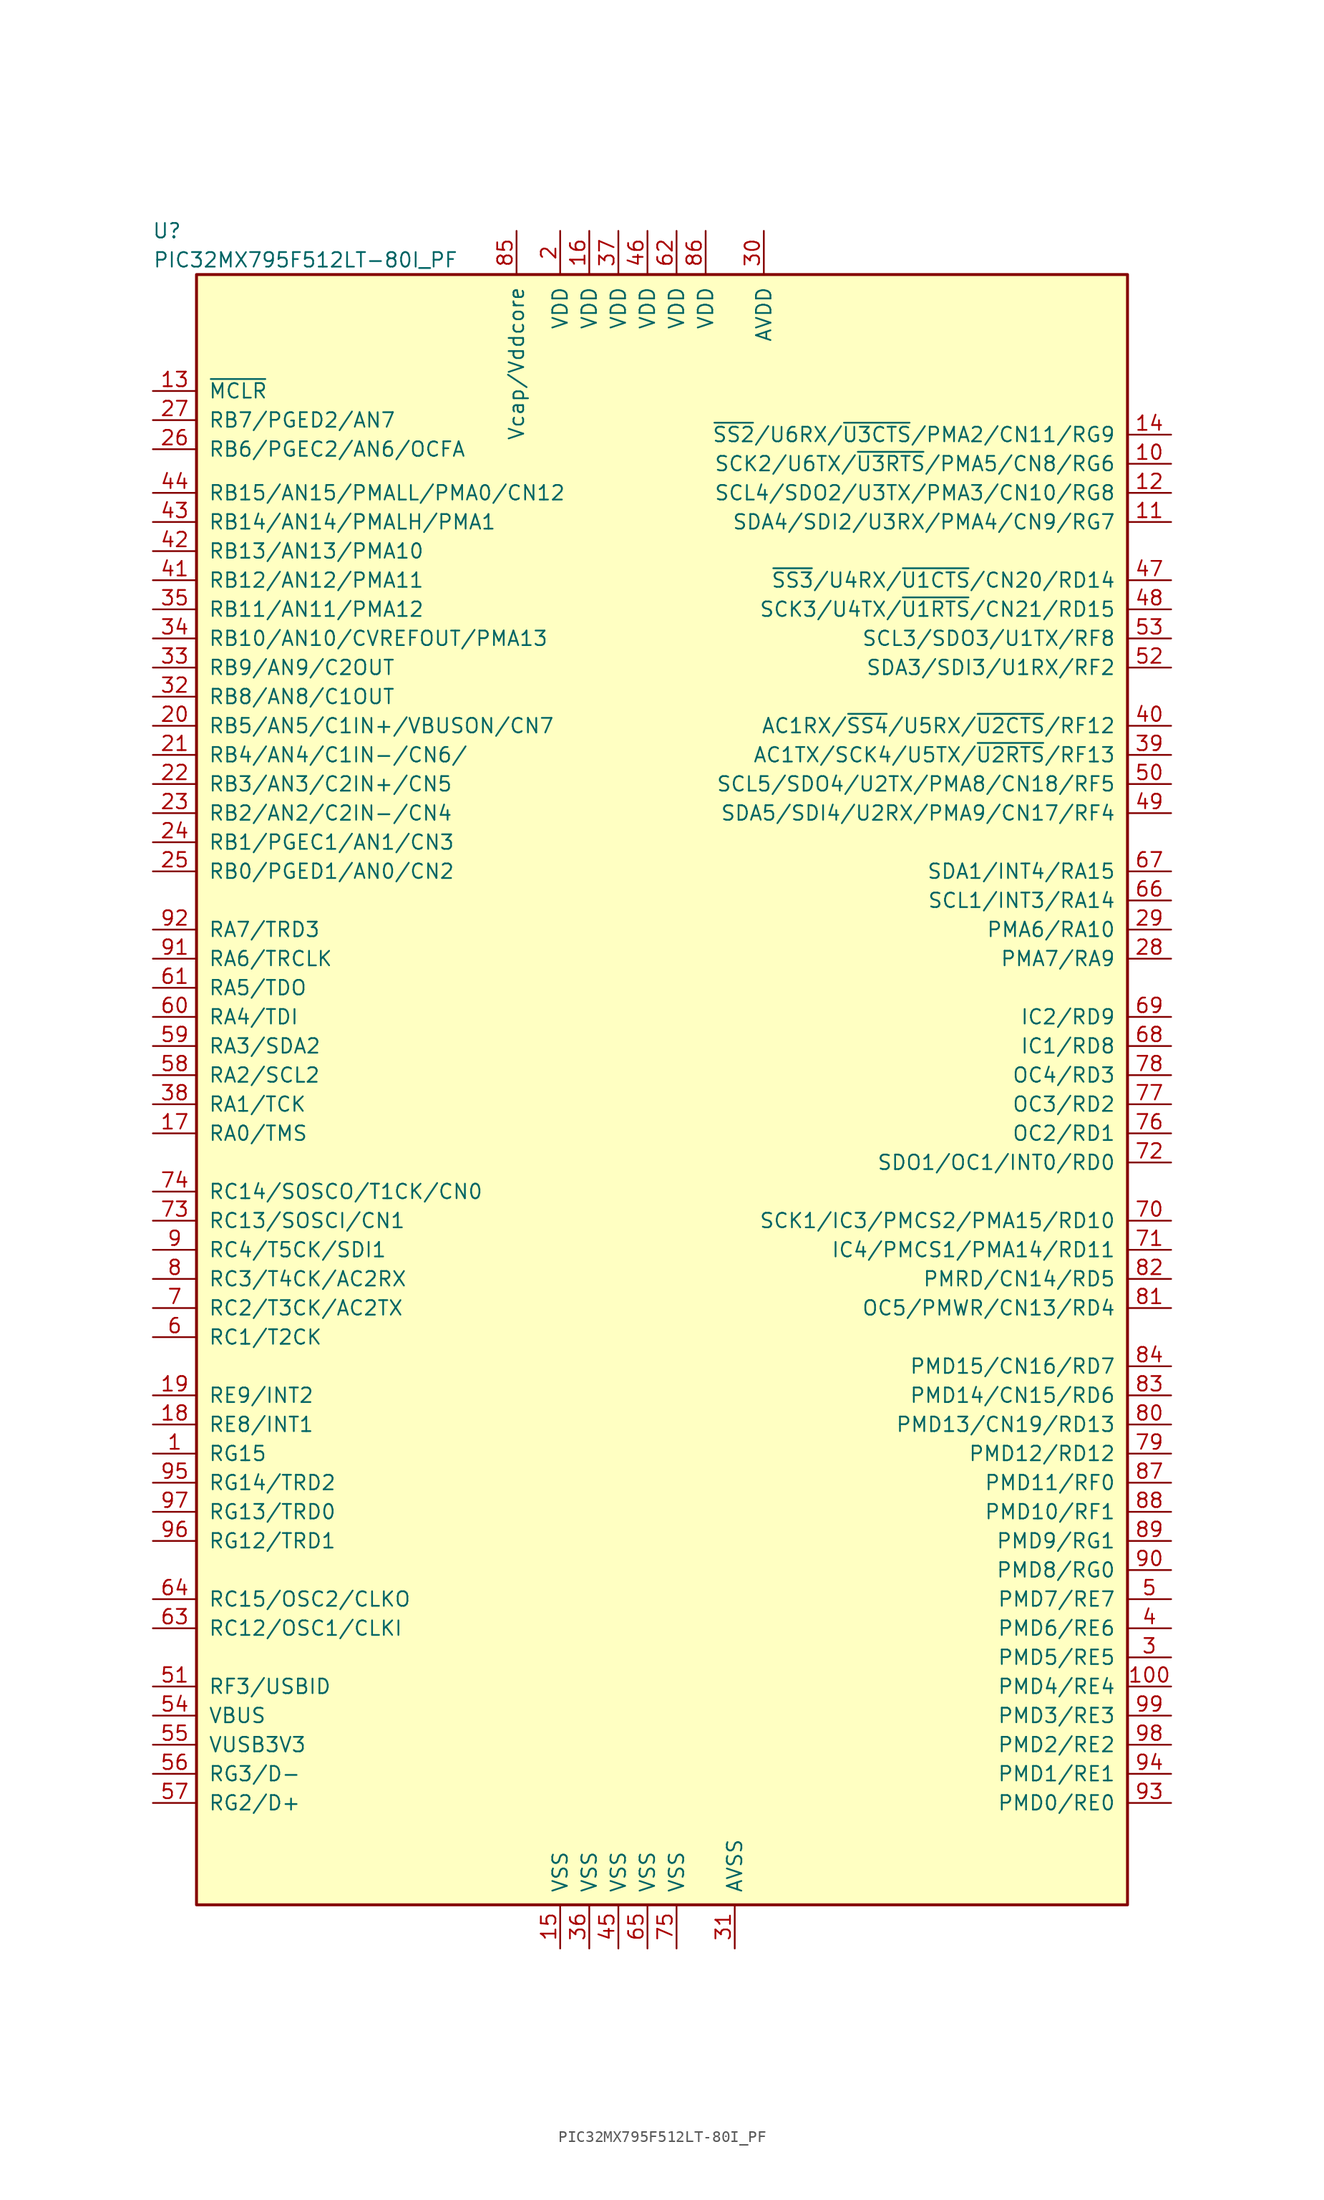
<source format=kicad_sym>
(kicad_symbol_lib
  (version 20211014)
  (generator kicad_symbol_editor)
  (symbol "PIC32MX795F512LT-80I_PF"
    (pin_names
      (offset 1.016))
    (property "Reference" "U"
      (at -40.64 63.5 0)
      (effects (font (size 1.27 1.27)) (justify right)))
    (property "Value" "PIC32MX795F512LT-80I_PF"
      (at -16.51 60.96 0)
      (effects (font (size 1.27 1.27)) (justify right)))
    (symbol "PIC32MX795F512LT-80I_PF_0_1"
      (rectangle (start -39.37 59.69) (end 41.91 -82.55) (stroke (width 0.254) (type default) (color 0 0 0 0)) (fill (type background))))
    (symbol "PIC32MX795F512LT-80I_PF_1_1"
      (pin bidirectional line (at -43.18 -43.18 0) (length 3.81) (name "RG15" (effects (font (size 1.27 1.27)))) (number "1" (effects (font (size 1.27 1.27)))))
      (pin bidirectional line (at 45.72 43.18 180) (length 3.81) (name "SCK2/U6TX/~{U3RTS}/PMA5/CN8/RG6" (effects (font (size 1.27 1.27)))) (number "10" (effects (font (size 1.27 1.27)))))
      (pin bidirectional line (at 45.72 -63.5 180) (length 3.81) (name "PMD4/RE4" (effects (font (size 1.27 1.27)))) (number "100" (effects (font (size 1.27 1.27)))))
      (pin bidirectional line (at 45.72 38.1 180) (length 3.81) (name "SDA4/SDI2/U3RX/PMA4/CN9/RG7" (effects (font (size 1.27 1.27)))) (number "11" (effects (font (size 1.27 1.27)))))
      (pin bidirectional line (at 45.72 40.64 180) (length 3.81) (name "SCL4/SDO2/U3TX/PMA3/CN10/RG8" (effects (font (size 1.27 1.27)))) (number "12" (effects (font (size 1.27 1.27)))))
      (pin input line (at -43.18 49.53 0) (length 3.81) (name "~{MCLR}" (effects (font (size 1.27 1.27)))) (number "13" (effects (font (size 1.27 1.27)))))
      (pin bidirectional line (at 45.72 45.72 180) (length 3.81) (name "~{SS2}/U6RX/~{U3CTS}/PMA2/CN11/RG9" (effects (font (size 1.27 1.27)))) (number "14" (effects (font (size 1.27 1.27)))))
      (pin power_in line (at -7.62 -86.36 90) (length 3.81) (name "VSS" (effects (font (size 1.27 1.27)))) (number "15" (effects (font (size 1.27 1.27)))))
      (pin power_in line (at -5.08 63.5 270) (length 3.81) (name "VDD" (effects (font (size 1.27 1.27)))) (number "16" (effects (font (size 1.27 1.27)))))
      (pin bidirectional line (at -43.18 -15.24 0) (length 3.81) (name "RA0/TMS" (effects (font (size 1.27 1.27)))) (number "17" (effects (font (size 1.27 1.27)))))
      (pin bidirectional line (at -43.18 -40.64 0) (length 3.81) (name "RE8/INT1" (effects (font (size 1.27 1.27)))) (number "18" (effects (font (size 1.27 1.27)))))
      (pin bidirectional line (at -43.18 -38.1 0) (length 3.81) (name "RE9/INT2" (effects (font (size 1.27 1.27)))) (number "19" (effects (font (size 1.27 1.27)))))
      (pin power_in line (at -7.62 63.5 270) (length 3.81) (name "VDD" (effects (font (size 1.27 1.27)))) (number "2" (effects (font (size 1.27 1.27)))))
      (pin bidirectional line (at -43.18 20.32 0) (length 3.81) (name "RB5/AN5/C1IN+/VBUSON/CN7" (effects (font (size 1.27 1.27)))) (number "20" (effects (font (size 1.27 1.27)))))
      (pin bidirectional line (at -43.18 17.78 0) (length 3.81) (name "RB4/AN4/C1IN-/CN6/" (effects (font (size 1.27 1.27)))) (number "21" (effects (font (size 1.27 1.27)))))
      (pin bidirectional line (at -43.18 15.24 0) (length 3.81) (name "RB3/AN3/C2IN+/CN5" (effects (font (size 1.27 1.27)))) (number "22" (effects (font (size 1.27 1.27)))))
      (pin bidirectional line (at -43.18 12.7 0) (length 3.81) (name "RB2/AN2/C2IN-/CN4" (effects (font (size 1.27 1.27)))) (number "23" (effects (font (size 1.27 1.27)))))
      (pin bidirectional line (at -43.18 10.16 0) (length 3.81) (name "RB1/PGEC1/AN1/CN3" (effects (font (size 1.27 1.27)))) (number "24" (effects (font (size 1.27 1.27)))))
      (pin bidirectional line (at -43.18 7.62 0) (length 3.81) (name "RB0/PGED1/AN0/CN2" (effects (font (size 1.27 1.27)))) (number "25" (effects (font (size 1.27 1.27)))))
      (pin bidirectional line (at -43.18 44.45 0) (length 3.81) (name "RB6/PGEC2/AN6/OCFA" (effects (font (size 1.27 1.27)))) (number "26" (effects (font (size 1.27 1.27)))))
      (pin bidirectional line (at -43.18 46.99 0) (length 3.81) (name "RB7/PGED2/AN7" (effects (font (size 1.27 1.27)))) (number "27" (effects (font (size 1.27 1.27)))))
      (pin bidirectional line (at 45.72 0 180) (length 3.81) (name "PMA7/RA9" (effects (font (size 1.27 1.27)))) (number "28" (effects (font (size 1.27 1.27)))))
      (pin bidirectional line (at 45.72 2.54 180) (length 3.81) (name "PMA6/RA10" (effects (font (size 1.27 1.27)))) (number "29" (effects (font (size 1.27 1.27)))))
      (pin bidirectional line (at 45.72 -60.96 180) (length 3.81) (name "PMD5/RE5" (effects (font (size 1.27 1.27)))) (number "3" (effects (font (size 1.27 1.27)))))
      (pin power_in line (at 10.16 63.5 270) (length 3.81) (name "AVDD" (effects (font (size 1.27 1.27)))) (number "30" (effects (font (size 1.27 1.27)))))
      (pin power_in line (at 7.62 -86.36 90) (length 3.81) (name "AVSS" (effects (font (size 1.27 1.27)))) (number "31" (effects (font (size 1.27 1.27)))))
      (pin bidirectional line (at -43.18 22.86 0) (length 3.81) (name "RB8/AN8/C1OUT" (effects (font (size 1.27 1.27)))) (number "32" (effects (font (size 1.27 1.27)))))
      (pin bidirectional line (at -43.18 25.4 0) (length 3.81) (name "RB9/AN9/C2OUT" (effects (font (size 1.27 1.27)))) (number "33" (effects (font (size 1.27 1.27)))))
      (pin bidirectional line (at -43.18 27.94 0) (length 3.81) (name "RB10/AN10/CVREFOUT/PMA13" (effects (font (size 1.27 1.27)))) (number "34" (effects (font (size 1.27 1.27)))))
      (pin bidirectional line (at -43.18 30.48 0) (length 3.81) (name "RB11/AN11/PMA12" (effects (font (size 1.27 1.27)))) (number "35" (effects (font (size 1.27 1.27)))))
      (pin power_in line (at -5.08 -86.36 90) (length 3.81) (name "VSS" (effects (font (size 1.27 1.27)))) (number "36" (effects (font (size 1.27 1.27)))))
      (pin power_in line (at -2.54 63.5 270) (length 3.81) (name "VDD" (effects (font (size 1.27 1.27)))) (number "37" (effects (font (size 1.27 1.27)))))
      (pin bidirectional line (at -43.18 -12.7 0) (length 3.81) (name "RA1/TCK" (effects (font (size 1.27 1.27)))) (number "38" (effects (font (size 1.27 1.27)))))
      (pin bidirectional line (at 45.72 17.78 180) (length 3.81) (name "AC1TX/SCK4/U5TX/~{U2RTS}/RF13" (effects (font (size 1.27 1.27)))) (number "39" (effects (font (size 1.27 1.27)))))
      (pin bidirectional line (at 45.72 -58.42 180) (length 3.81) (name "PMD6/RE6" (effects (font (size 1.27 1.27)))) (number "4" (effects (font (size 1.27 1.27)))))
      (pin bidirectional line (at 45.72 20.32 180) (length 3.81) (name "AC1RX/~{SS4}/U5RX/~{U2CTS}/RF12" (effects (font (size 1.27 1.27)))) (number "40" (effects (font (size 1.27 1.27)))))
      (pin bidirectional line (at -43.18 33.02 0) (length 3.81) (name "RB12/AN12/PMA11" (effects (font (size 1.27 1.27)))) (number "41" (effects (font (size 1.27 1.27)))))
      (pin bidirectional line (at -43.18 35.56 0) (length 3.81) (name "RB13/AN13/PMA10" (effects (font (size 1.27 1.27)))) (number "42" (effects (font (size 1.27 1.27)))))
      (pin bidirectional line (at -43.18 38.1 0) (length 3.81) (name "RB14/AN14/PMALH/PMA1" (effects (font (size 1.27 1.27)))) (number "43" (effects (font (size 1.27 1.27)))))
      (pin bidirectional line (at -43.18 40.64 0) (length 3.81) (name "RB15/AN15/PMALL/PMA0/CN12" (effects (font (size 1.27 1.27)))) (number "44" (effects (font (size 1.27 1.27)))))
      (pin power_in line (at -2.54 -86.36 90) (length 3.81) (name "VSS" (effects (font (size 1.27 1.27)))) (number "45" (effects (font (size 1.27 1.27)))))
      (pin power_in line (at 0 63.5 270) (length 3.81) (name "VDD" (effects (font (size 1.27 1.27)))) (number "46" (effects (font (size 1.27 1.27)))))
      (pin bidirectional line (at 45.72 33.02 180) (length 3.81) (name "~{SS3}/U4RX/~{U1CTS}/CN20/RD14" (effects (font (size 1.27 1.27)))) (number "47" (effects (font (size 1.27 1.27)))))
      (pin bidirectional line (at 45.72 30.48 180) (length 3.81) (name "SCK3/U4TX/~{U1RTS}/CN21/RD15" (effects (font (size 1.27 1.27)))) (number "48" (effects (font (size 1.27 1.27)))))
      (pin bidirectional line (at 45.72 12.7 180) (length 3.81) (name "SDA5/SDI4/U2RX/PMA9/CN17/RF4" (effects (font (size 1.27 1.27)))) (number "49" (effects (font (size 1.27 1.27)))))
      (pin bidirectional line (at 45.72 -55.88 180) (length 3.81) (name "PMD7/RE7" (effects (font (size 1.27 1.27)))) (number "5" (effects (font (size 1.27 1.27)))))
      (pin bidirectional line (at 45.72 15.24 180) (length 3.81) (name "SCL5/SDO4/U2TX/PMA8/CN18/RF5" (effects (font (size 1.27 1.27)))) (number "50" (effects (font (size 1.27 1.27)))))
      (pin bidirectional line (at -43.18 -63.5 0) (length 3.81) (name "RF3/USBID" (effects (font (size 1.27 1.27)))) (number "51" (effects (font (size 1.27 1.27)))))
      (pin bidirectional line (at 45.72 25.4 180) (length 3.81) (name "SDA3/SDI3/U1RX/RF2" (effects (font (size 1.27 1.27)))) (number "52" (effects (font (size 1.27 1.27)))))
      (pin bidirectional line (at 45.72 27.94 180) (length 3.81) (name "SCL3/SDO3/U1TX/RF8" (effects (font (size 1.27 1.27)))) (number "53" (effects (font (size 1.27 1.27)))))
      (pin input line (at -43.18 -66.04 0) (length 3.81) (name "VBUS" (effects (font (size 1.27 1.27)))) (number "54" (effects (font (size 1.27 1.27)))))
      (pin power_in line (at -43.18 -68.58 0) (length 3.81) (name "VUSB3V3" (effects (font (size 1.27 1.27)))) (number "55" (effects (font (size 1.27 1.27)))))
      (pin bidirectional line (at -43.18 -71.12 0) (length 3.81) (name "RG3/D-" (effects (font (size 1.27 1.27)))) (number "56" (effects (font (size 1.27 1.27)))))
      (pin bidirectional line (at -43.18 -73.66 0) (length 3.81) (name "RG2/D+" (effects (font (size 1.27 1.27)))) (number "57" (effects (font (size 1.27 1.27)))))
      (pin bidirectional line (at -43.18 -10.16 0) (length 3.81) (name "RA2/SCL2" (effects (font (size 1.27 1.27)))) (number "58" (effects (font (size 1.27 1.27)))))
      (pin bidirectional line (at -43.18 -7.62 0) (length 3.81) (name "RA3/SDA2" (effects (font (size 1.27 1.27)))) (number "59" (effects (font (size 1.27 1.27)))))
      (pin bidirectional line (at -43.18 -33.02 0) (length 3.81) (name "RC1/T2CK" (effects (font (size 1.27 1.27)))) (number "6" (effects (font (size 1.27 1.27)))))
      (pin bidirectional line (at -43.18 -5.08 0) (length 3.81) (name "RA4/TDI" (effects (font (size 1.27 1.27)))) (number "60" (effects (font (size 1.27 1.27)))))
      (pin bidirectional line (at -43.18 -2.54 0) (length 3.81) (name "RA5/TDO" (effects (font (size 1.27 1.27)))) (number "61" (effects (font (size 1.27 1.27)))))
      (pin power_in line (at 2.54 63.5 270) (length 3.81) (name "VDD" (effects (font (size 1.27 1.27)))) (number "62" (effects (font (size 1.27 1.27)))))
      (pin bidirectional line (at -43.18 -58.42 0) (length 3.81) (name "RC12/OSC1/CLKI" (effects (font (size 1.27 1.27)))) (number "63" (effects (font (size 1.27 1.27)))))
      (pin bidirectional line (at -43.18 -55.88 0) (length 3.81) (name "RC15/OSC2/CLKO" (effects (font (size 1.27 1.27)))) (number "64" (effects (font (size 1.27 1.27)))))
      (pin power_in line (at 0 -86.36 90) (length 3.81) (name "VSS" (effects (font (size 1.27 1.27)))) (number "65" (effects (font (size 1.27 1.27)))))
      (pin bidirectional line (at 45.72 5.08 180) (length 3.81) (name "SCL1/INT3/RA14" (effects (font (size 1.27 1.27)))) (number "66" (effects (font (size 1.27 1.27)))))
      (pin bidirectional line (at 45.72 7.62 180) (length 3.81) (name "SDA1/INT4/RA15" (effects (font (size 1.27 1.27)))) (number "67" (effects (font (size 1.27 1.27)))))
      (pin bidirectional line (at 45.72 -7.62 180) (length 3.81) (name "IC1/RD8" (effects (font (size 1.27 1.27)))) (number "68" (effects (font (size 1.27 1.27)))))
      (pin bidirectional line (at 45.72 -5.08 180) (length 3.81) (name "IC2/RD9" (effects (font (size 1.27 1.27)))) (number "69" (effects (font (size 1.27 1.27)))))
      (pin bidirectional line (at -43.18 -30.48 0) (length 3.81) (name "RC2/T3CK/AC2TX" (effects (font (size 1.27 1.27)))) (number "7" (effects (font (size 1.27 1.27)))))
      (pin bidirectional line (at 45.72 -22.86 180) (length 3.81) (name "SCK1/IC3/PMCS2/PMA15/RD10" (effects (font (size 1.27 1.27)))) (number "70" (effects (font (size 1.27 1.27)))))
      (pin bidirectional line (at 45.72 -25.4 180) (length 3.81) (name "IC4/PMCS1/PMA14/RD11" (effects (font (size 1.27 1.27)))) (number "71" (effects (font (size 1.27 1.27)))))
      (pin bidirectional line (at 45.72 -17.78 180) (length 3.81) (name "SDO1/OC1/INT0/RD0" (effects (font (size 1.27 1.27)))) (number "72" (effects (font (size 1.27 1.27)))))
      (pin bidirectional line (at -43.18 -22.86 0) (length 3.81) (name "RC13/SOSCI/CN1" (effects (font (size 1.27 1.27)))) (number "73" (effects (font (size 1.27 1.27)))))
      (pin bidirectional line (at -43.18 -20.32 0) (length 3.81) (name "RC14/SOSCO/T1CK/CN0" (effects (font (size 1.27 1.27)))) (number "74" (effects (font (size 1.27 1.27)))))
      (pin power_in line (at 2.54 -86.36 90) (length 3.81) (name "VSS" (effects (font (size 1.27 1.27)))) (number "75" (effects (font (size 1.27 1.27)))))
      (pin bidirectional line (at 45.72 -15.24 180) (length 3.81) (name "OC2/RD1" (effects (font (size 1.27 1.27)))) (number "76" (effects (font (size 1.27 1.27)))))
      (pin bidirectional line (at 45.72 -12.7 180) (length 3.81) (name "OC3/RD2" (effects (font (size 1.27 1.27)))) (number "77" (effects (font (size 1.27 1.27)))))
      (pin bidirectional line (at 45.72 -10.16 180) (length 3.81) (name "OC4/RD3" (effects (font (size 1.27 1.27)))) (number "78" (effects (font (size 1.27 1.27)))))
      (pin bidirectional line (at 45.72 -43.18 180) (length 3.81) (name "PMD12/RD12" (effects (font (size 1.27 1.27)))) (number "79" (effects (font (size 1.27 1.27)))))
      (pin bidirectional line (at -43.18 -27.94 0) (length 3.81) (name "RC3/T4CK/AC2RX" (effects (font (size 1.27 1.27)))) (number "8" (effects (font (size 1.27 1.27)))))
      (pin bidirectional line (at 45.72 -40.64 180) (length 3.81) (name "PMD13/CN19/RD13" (effects (font (size 1.27 1.27)))) (number "80" (effects (font (size 1.27 1.27)))))
      (pin bidirectional line (at 45.72 -30.48 180) (length 3.81) (name "OC5/PMWR/CN13/RD4" (effects (font (size 1.27 1.27)))) (number "81" (effects (font (size 1.27 1.27)))))
      (pin bidirectional line (at 45.72 -27.94 180) (length 3.81) (name "PMRD/CN14/RD5" (effects (font (size 1.27 1.27)))) (number "82" (effects (font (size 1.27 1.27)))))
      (pin bidirectional line (at 45.72 -38.1 180) (length 3.81) (name "PMD14/CN15/RD6" (effects (font (size 1.27 1.27)))) (number "83" (effects (font (size 1.27 1.27)))))
      (pin bidirectional line (at 45.72 -35.56 180) (length 3.81) (name "PMD15/CN16/RD7" (effects (font (size 1.27 1.27)))) (number "84" (effects (font (size 1.27 1.27)))))
      (pin power_out line (at -11.43 63.5 270) (length 3.81) (name "Vcap/Vddcore" (effects (font (size 1.27 1.27)))) (number "85" (effects (font (size 1.27 1.27)))))
      (pin power_in line (at 5.08 63.5 270) (length 3.81) (name "VDD" (effects (font (size 1.27 1.27)))) (number "86" (effects (font (size 1.27 1.27)))))
      (pin bidirectional line (at 45.72 -45.72 180) (length 3.81) (name "PMD11/RF0" (effects (font (size 1.27 1.27)))) (number "87" (effects (font (size 1.27 1.27)))))
      (pin bidirectional line (at 45.72 -48.26 180) (length 3.81) (name "PMD10/RF1" (effects (font (size 1.27 1.27)))) (number "88" (effects (font (size 1.27 1.27)))))
      (pin bidirectional line (at 45.72 -50.8 180) (length 3.81) (name "PMD9/RG1" (effects (font (size 1.27 1.27)))) (number "89" (effects (font (size 1.27 1.27)))))
      (pin bidirectional line (at -43.18 -25.4 0) (length 3.81) (name "RC4/T5CK/SDI1" (effects (font (size 1.27 1.27)))) (number "9" (effects (font (size 1.27 1.27)))))
      (pin bidirectional line (at 45.72 -53.34 180) (length 3.81) (name "PMD8/RG0" (effects (font (size 1.27 1.27)))) (number "90" (effects (font (size 1.27 1.27)))))
      (pin bidirectional line (at -43.18 0 0) (length 3.81) (name "RA6/TRCLK" (effects (font (size 1.27 1.27)))) (number "91" (effects (font (size 1.27 1.27)))))
      (pin bidirectional line (at -43.18 2.54 0) (length 3.81) (name "RA7/TRD3" (effects (font (size 1.27 1.27)))) (number "92" (effects (font (size 1.27 1.27)))))
      (pin bidirectional line (at 45.72 -73.66 180) (length 3.81) (name "PMD0/RE0" (effects (font (size 1.27 1.27)))) (number "93" (effects (font (size 1.27 1.27)))))
      (pin bidirectional line (at 45.72 -71.12 180) (length 3.81) (name "PMD1/RE1" (effects (font (size 1.27 1.27)))) (number "94" (effects (font (size 1.27 1.27)))))
      (pin bidirectional line (at -43.18 -45.72 0) (length 3.81) (name "RG14/TRD2" (effects (font (size 1.27 1.27)))) (number "95" (effects (font (size 1.27 1.27)))))
      (pin bidirectional line (at -43.18 -50.8 0) (length 3.81) (name "RG12/TRD1" (effects (font (size 1.27 1.27)))) (number "96" (effects (font (size 1.27 1.27)))))
      (pin bidirectional line (at -43.18 -48.26 0) (length 3.81) (name "RG13/TRD0" (effects (font (size 1.27 1.27)))) (number "97" (effects (font (size 1.27 1.27)))))
      (pin bidirectional line (at 45.72 -68.58 180) (length 3.81) (name "PMD2/RE2" (effects (font (size 1.27 1.27)))) (number "98" (effects (font (size 1.27 1.27)))))
      (pin bidirectional line (at 45.72 -66.04 180) (length 3.81) (name "PMD3/RE3" (effects (font (size 1.27 1.27)))) (number "99" (effects (font (size 1.27 1.27))))))))
</source>
